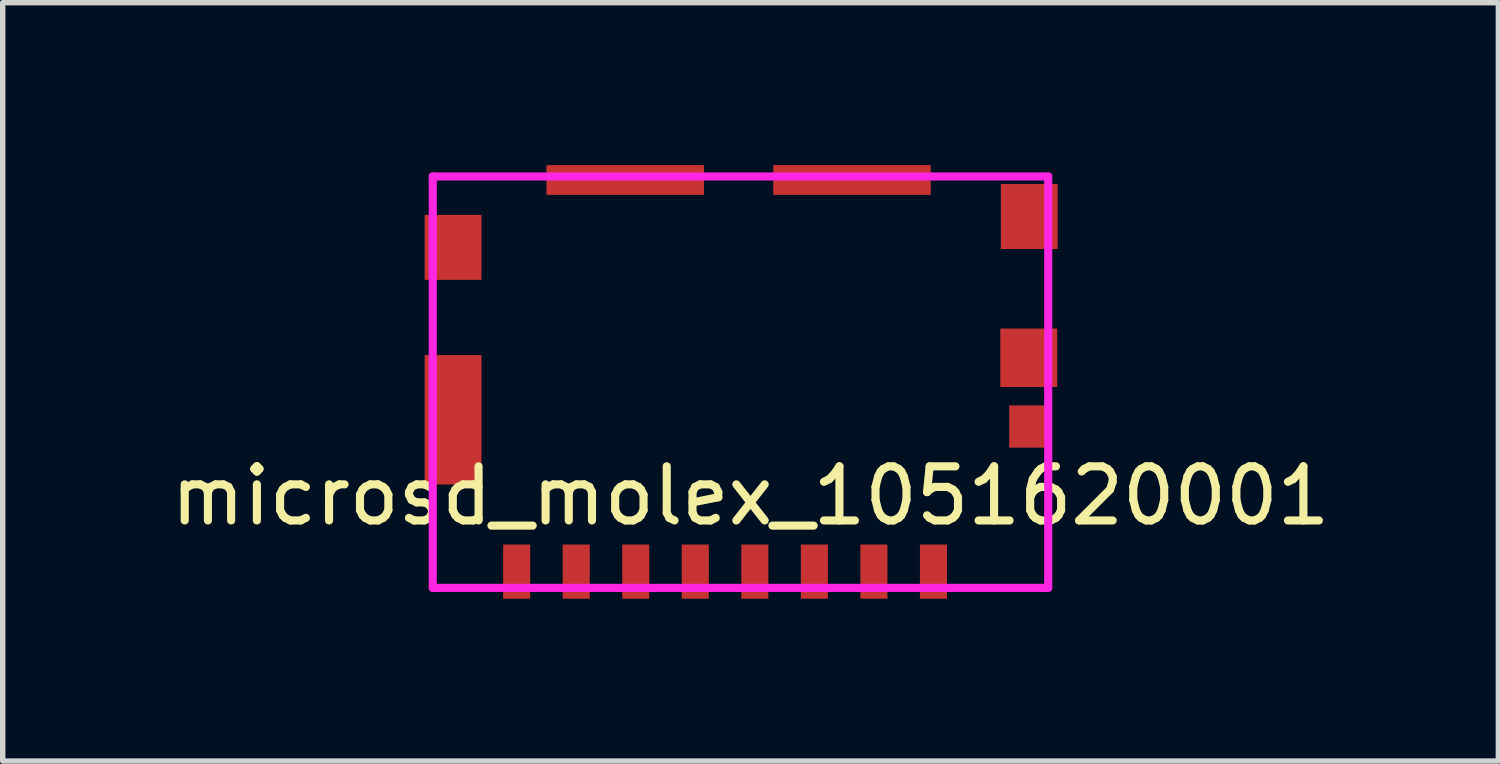
<source format=kicad_pcb>
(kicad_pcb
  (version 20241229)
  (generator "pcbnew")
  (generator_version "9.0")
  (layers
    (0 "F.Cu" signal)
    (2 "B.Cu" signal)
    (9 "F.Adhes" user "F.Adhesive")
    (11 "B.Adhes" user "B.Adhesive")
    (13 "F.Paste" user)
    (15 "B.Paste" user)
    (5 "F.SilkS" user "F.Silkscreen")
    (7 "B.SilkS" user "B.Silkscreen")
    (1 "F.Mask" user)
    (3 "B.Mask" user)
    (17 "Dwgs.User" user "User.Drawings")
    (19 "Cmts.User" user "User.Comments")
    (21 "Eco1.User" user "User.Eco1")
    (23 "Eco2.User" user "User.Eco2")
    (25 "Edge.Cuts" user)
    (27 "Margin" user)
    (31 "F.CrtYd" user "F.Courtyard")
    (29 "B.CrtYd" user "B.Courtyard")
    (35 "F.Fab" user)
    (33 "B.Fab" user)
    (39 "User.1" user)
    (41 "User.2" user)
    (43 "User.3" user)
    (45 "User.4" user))
  (footprint "microsd_molex_1051620001"
    (layer "F.Cu")
    (at 10.535 3.94)
    (property "Reference" "microsd_molex_1051620001" (at 0.28 2.17 0) (layer "F.SilkS") (effects (font (size 1 1) (thickness 0.15))))
    (attr through_hole)
    (fp_line (start -5.59 -3.73) (end 5.78 -3.73) (stroke (width 0.15) (type solid)) (layer "F.CrtYd"))
    (fp_line (start -5.59 3.87) (end -5.59 -3.73) (stroke (width 0.15) (type solid)) (layer "F.CrtYd"))
    (fp_line (start 5.78 -3.73) (end 5.78 3.87) (stroke (width 0.15) (type solid)) (layer "F.CrtYd"))
    (fp_line (start 5.78 3.87) (end -5.59 3.87) (stroke (width 0.15) (type solid)) (layer "F.CrtYd"))
    (pad "" smd rect (at -2.035 -3.665) (size 2.91 0.55) (layers "F.Cu" "F.Mask" "F.Paste"))
    (pad "" smd rect (at 2.155 -3.665) (size 2.91 0.55) (layers "F.Cu" "F.Mask" "F.Paste"))
    (pad "1" smd rect (at 3.66 3.57) (size 0.5 1) (layers "F.Cu" "F.Mask" "F.Paste"))
    (pad "2" smd rect (at 2.56 3.57) (size 0.5 1) (layers "F.Cu" "F.Mask" "F.Paste"))
    (pad "3" smd rect (at 1.46 3.57) (size 0.5 1) (layers "F.Cu" "F.Mask" "F.Paste"))
    (pad "4" smd rect (at 0.36 3.57) (size 0.5 1) (layers "F.Cu" "F.Mask" "F.Paste"))
    (pad "5" smd rect (at -0.74 3.57) (size 0.5 1) (layers "F.Cu" "F.Mask" "F.Paste"))
    (pad "6" smd rect (at -1.84 3.57) (size 0.5 1) (layers "F.Cu" "F.Mask" "F.Paste"))
    (pad "7" smd rect (at -2.94 3.57) (size 0.5 1) (layers "F.Cu" "F.Mask" "F.Paste"))
    (pad "8" smd rect (at -4.04 3.57) (size 0.5 1) (layers "F.Cu" "F.Mask" "F.Paste"))
    (pad "9" smd rect (at 5.42 0.89) (size 0.72 0.78) (layers "F.Cu" "F.Mask" "F.Paste"))
    (pad "MP" smd rect (at -5.215 -2.42) (size 1.05 1.2) (layers "F.Cu" "F.Mask" "F.Paste"))
    (pad "MP" smd rect (at -5.215 0.765) (size 1.05 2.39) (layers "F.Cu" "F.Mask" "F.Paste"))
    (pad "MP" smd rect (at 5.42 -0.38) (size 1.05 1.08) (layers "F.Cu" "F.Mask" "F.Paste"))
    (pad "MP" smd rect (at 5.43 -2.99) (size 1.05 1.2) (layers "F.Cu" "F.Mask" "F.Paste")))
  (gr_rect
    (start -3 -3)
    (end 24.631 11.01)
    (stroke (width 0.1) (type default))
    (fill no)
    (layer "Edge.Cuts")))
</source>
